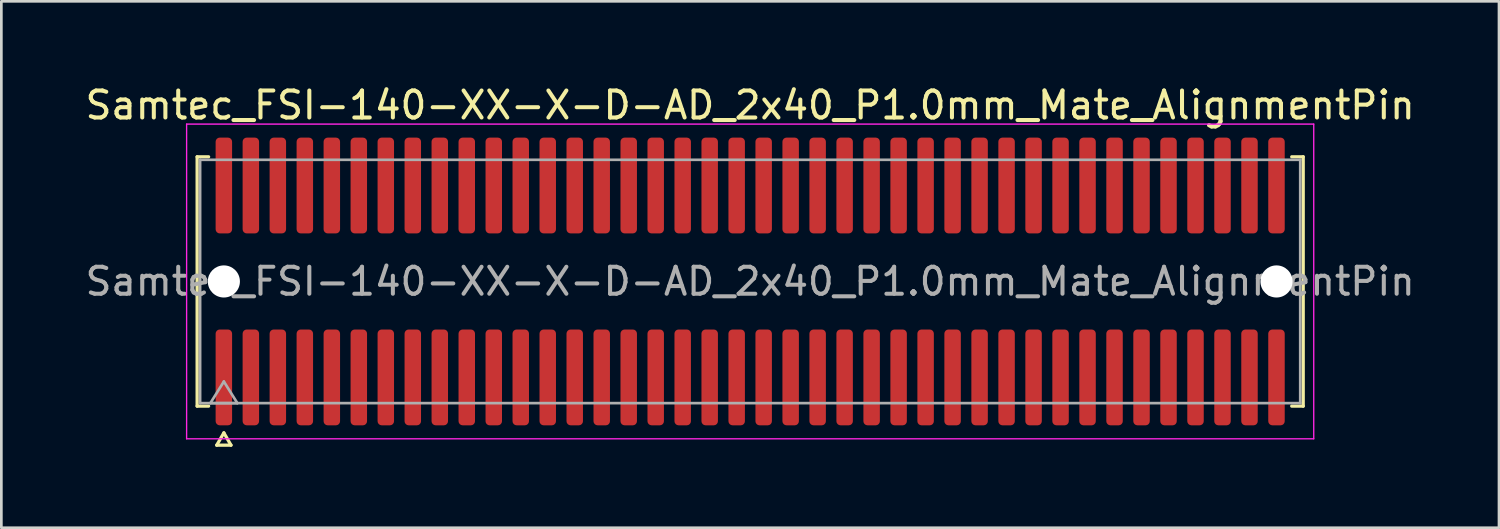
<source format=kicad_pcb>
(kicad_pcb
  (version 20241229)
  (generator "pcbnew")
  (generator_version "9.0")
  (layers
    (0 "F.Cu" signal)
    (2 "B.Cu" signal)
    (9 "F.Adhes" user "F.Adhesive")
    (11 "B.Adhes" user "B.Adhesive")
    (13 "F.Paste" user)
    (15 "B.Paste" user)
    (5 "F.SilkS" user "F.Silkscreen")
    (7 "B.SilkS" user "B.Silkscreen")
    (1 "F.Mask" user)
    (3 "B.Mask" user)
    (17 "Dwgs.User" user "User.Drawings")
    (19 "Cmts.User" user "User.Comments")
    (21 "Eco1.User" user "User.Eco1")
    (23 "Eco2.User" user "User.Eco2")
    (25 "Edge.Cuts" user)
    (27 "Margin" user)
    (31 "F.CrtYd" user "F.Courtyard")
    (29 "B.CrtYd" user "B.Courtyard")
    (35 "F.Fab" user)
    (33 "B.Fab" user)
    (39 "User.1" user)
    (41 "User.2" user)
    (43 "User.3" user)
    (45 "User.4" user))
  (footprint "Samtec_FSI-140-XX-X-D-AD_2x40_P1.0mm_Mate_AlignmentPin"
    (layer "F.Cu")
    (at 24.744 7.378)
    (property "Reference" "Samtec_FSI-140-XX-X-D-AD_2x40_P1.0mm_Mate_AlignmentPin" (at 0 -6.53 0) (layer "F.SilkS") (effects (font (size 1 1) (thickness 0.15))))
    (attr smd exclude_from_pos_files exclude_from_bom)
    (fp_line (start -20.49 -4.619) (end -20.065 -4.619) (stroke (width 0.12) (type solid)) (layer "F.SilkS"))
    (fp_line (start -20.49 4.619) (end -20.49 -4.619) (stroke (width 0.12) (type solid)) (layer "F.SilkS"))
    (fp_line (start -20.065 4.619) (end -20.49 4.619) (stroke (width 0.12) (type solid)) (layer "F.SilkS"))
    (fp_line (start -19.764 6.066) (end -19.5 5.609) (stroke (width 0.12) (type solid)) (layer "F.SilkS"))
    (fp_line (start -19.5 5.609) (end -19.236 6.066) (stroke (width 0.12) (type solid)) (layer "F.SilkS"))
    (fp_line (start -19.236 6.066) (end -19.764 6.066) (stroke (width 0.12) (type solid)) (layer "F.SilkS"))
    (fp_line (start 20.065 -4.619) (end 20.49 -4.619) (stroke (width 0.12) (type solid)) (layer "F.SilkS"))
    (fp_line (start 20.49 -4.619) (end 20.49 4.619) (stroke (width 0.12) (type solid)) (layer "F.SilkS"))
    (fp_line (start 20.49 4.619) (end 20.065 4.619) (stroke (width 0.12) (type solid)) (layer "F.SilkS"))
    (fp_line (start -20.88 -5.83) (end -20.88 5.83) (stroke (width 0.05) (type solid)) (layer "F.CrtYd"))
    (fp_line (start -20.88 5.83) (end 20.88 5.83) (stroke (width 0.05) (type solid)) (layer "F.CrtYd"))
    (fp_line (start 20.88 -5.83) (end -20.88 -5.83) (stroke (width 0.05) (type solid)) (layer "F.CrtYd"))
    (fp_line (start 20.88 5.83) (end 20.88 -5.83) (stroke (width 0.05) (type solid)) (layer "F.CrtYd"))
    (fp_line (start -20.38 -4.508) (end 20.38 -4.508) (stroke (width 0.1) (type solid)) (layer "F.Fab"))
    (fp_line (start -20.38 4.508) (end -20.38 -4.508) (stroke (width 0.1) (type solid)) (layer "F.Fab"))
    (fp_line (start -20 4.508) (end -19.5 3.708) (stroke (width 0.1) (type solid)) (layer "F.Fab"))
    (fp_line (start -19.5 3.708) (end -19 4.508) (stroke (width 0.1) (type solid)) (layer "F.Fab"))
    (fp_line (start -19 4.508) (end -20 4.508) (stroke (width 0.1) (type solid)) (layer "F.Fab"))
    (fp_line (start 20.38 -4.508) (end 20.38 4.508) (stroke (width 0.1) (type solid)) (layer "F.Fab"))
    (fp_line (start 20.38 4.508) (end -20.38 4.508) (stroke (width 0.1) (type solid)) (layer "F.Fab"))
    (fp_text user "${REFERENCE}" (at 0 0 0) (layer "F.Fab") (effects (font (size 1 1) (thickness 0.15))))
    (pad "" np_thru_hole circle (at -19.5 0) (size 1.19 1.19) (drill 1.19) (layers "*.Cu" "*.Mask"))
    (pad "" np_thru_hole circle (at 19.5 0) (size 1.19 1.19) (drill 1.19) (layers "*.Cu" "*.Mask"))
    (pad "1" smd roundrect (at -19.5 3.555) (size 0.61 3.55) (layers "F.Cu" "F.Mask") (roundrect_rratio 0.25))
    (pad "2" smd roundrect (at -19.5 -3.555) (size 0.61 3.55) (layers "F.Cu" "F.Mask") (roundrect_rratio 0.25))
    (pad "3" smd roundrect (at -18.5 3.555) (size 0.61 3.55) (layers "F.Cu" "F.Mask") (roundrect_rratio 0.25))
    (pad "4" smd roundrect (at -18.5 -3.555) (size 0.61 3.55) (layers "F.Cu" "F.Mask") (roundrect_rratio 0.25))
    (pad "5" smd roundrect (at -17.5 3.555) (size 0.61 3.55) (layers "F.Cu" "F.Mask") (roundrect_rratio 0.25))
    (pad "6" smd roundrect (at -17.5 -3.555) (size 0.61 3.55) (layers "F.Cu" "F.Mask") (roundrect_rratio 0.25))
    (pad "7" smd roundrect (at -16.5 3.555) (size 0.61 3.55) (layers "F.Cu" "F.Mask") (roundrect_rratio 0.25))
    (pad "8" smd roundrect (at -16.5 -3.555) (size 0.61 3.55) (layers "F.Cu" "F.Mask") (roundrect_rratio 0.25))
    (pad "9" smd roundrect (at -15.5 3.555) (size 0.61 3.55) (layers "F.Cu" "F.Mask") (roundrect_rratio 0.25))
    (pad "10" smd roundrect (at -15.5 -3.555) (size 0.61 3.55) (layers "F.Cu" "F.Mask") (roundrect_rratio 0.25))
    (pad "11" smd roundrect (at -14.5 3.555) (size 0.61 3.55) (layers "F.Cu" "F.Mask") (roundrect_rratio 0.25))
    (pad "12" smd roundrect (at -14.5 -3.555) (size 0.61 3.55) (layers "F.Cu" "F.Mask") (roundrect_rratio 0.25))
    (pad "13" smd roundrect (at -13.5 3.555) (size 0.61 3.55) (layers "F.Cu" "F.Mask") (roundrect_rratio 0.25))
    (pad "14" smd roundrect (at -13.5 -3.555) (size 0.61 3.55) (layers "F.Cu" "F.Mask") (roundrect_rratio 0.25))
    (pad "15" smd roundrect (at -12.5 3.555) (size 0.61 3.55) (layers "F.Cu" "F.Mask") (roundrect_rratio 0.25))
    (pad "16" smd roundrect (at -12.5 -3.555) (size 0.61 3.55) (layers "F.Cu" "F.Mask") (roundrect_rratio 0.25))
    (pad "17" smd roundrect (at -11.5 3.555) (size 0.61 3.55) (layers "F.Cu" "F.Mask") (roundrect_rratio 0.25))
    (pad "18" smd roundrect (at -11.5 -3.555) (size 0.61 3.55) (layers "F.Cu" "F.Mask") (roundrect_rratio 0.25))
    (pad "19" smd roundrect (at -10.5 3.555) (size 0.61 3.55) (layers "F.Cu" "F.Mask") (roundrect_rratio 0.25))
    (pad "20" smd roundrect (at -10.5 -3.555) (size 0.61 3.55) (layers "F.Cu" "F.Mask") (roundrect_rratio 0.25))
    (pad "21" smd roundrect (at -9.5 3.555) (size 0.61 3.55) (layers "F.Cu" "F.Mask") (roundrect_rratio 0.25))
    (pad "22" smd roundrect (at -9.5 -3.555) (size 0.61 3.55) (layers "F.Cu" "F.Mask") (roundrect_rratio 0.25))
    (pad "23" smd roundrect (at -8.5 3.555) (size 0.61 3.55) (layers "F.Cu" "F.Mask") (roundrect_rratio 0.25))
    (pad "24" smd roundrect (at -8.5 -3.555) (size 0.61 3.55) (layers "F.Cu" "F.Mask") (roundrect_rratio 0.25))
    (pad "25" smd roundrect (at -7.5 3.555) (size 0.61 3.55) (layers "F.Cu" "F.Mask") (roundrect_rratio 0.25))
    (pad "26" smd roundrect (at -7.5 -3.555) (size 0.61 3.55) (layers "F.Cu" "F.Mask") (roundrect_rratio 0.25))
    (pad "27" smd roundrect (at -6.5 3.555) (size 0.61 3.55) (layers "F.Cu" "F.Mask") (roundrect_rratio 0.25))
    (pad "28" smd roundrect (at -6.5 -3.555) (size 0.61 3.55) (layers "F.Cu" "F.Mask") (roundrect_rratio 0.25))
    (pad "29" smd roundrect (at -5.5 3.555) (size 0.61 3.55) (layers "F.Cu" "F.Mask") (roundrect_rratio 0.25))
    (pad "30" smd roundrect (at -5.5 -3.555) (size 0.61 3.55) (layers "F.Cu" "F.Mask") (roundrect_rratio 0.25))
    (pad "31" smd roundrect (at -4.5 3.555) (size 0.61 3.55) (layers "F.Cu" "F.Mask") (roundrect_rratio 0.25))
    (pad "32" smd roundrect (at -4.5 -3.555) (size 0.61 3.55) (layers "F.Cu" "F.Mask") (roundrect_rratio 0.25))
    (pad "33" smd roundrect (at -3.5 3.555) (size 0.61 3.55) (layers "F.Cu" "F.Mask") (roundrect_rratio 0.25))
    (pad "34" smd roundrect (at -3.5 -3.555) (size 0.61 3.55) (layers "F.Cu" "F.Mask") (roundrect_rratio 0.25))
    (pad "35" smd roundrect (at -2.5 3.555) (size 0.61 3.55) (layers "F.Cu" "F.Mask") (roundrect_rratio 0.25))
    (pad "36" smd roundrect (at -2.5 -3.555) (size 0.61 3.55) (layers "F.Cu" "F.Mask") (roundrect_rratio 0.25))
    (pad "37" smd roundrect (at -1.5 3.555) (size 0.61 3.55) (layers "F.Cu" "F.Mask") (roundrect_rratio 0.25))
    (pad "38" smd roundrect (at -1.5 -3.555) (size 0.61 3.55) (layers "F.Cu" "F.Mask") (roundrect_rratio 0.25))
    (pad "39" smd roundrect (at -0.5 3.555) (size 0.61 3.55) (layers "F.Cu" "F.Mask") (roundrect_rratio 0.25))
    (pad "40" smd roundrect (at -0.5 -3.555) (size 0.61 3.55) (layers "F.Cu" "F.Mask") (roundrect_rratio 0.25))
    (pad "41" smd roundrect (at 0.5 3.555) (size 0.61 3.55) (layers "F.Cu" "F.Mask") (roundrect_rratio 0.25))
    (pad "42" smd roundrect (at 0.5 -3.555) (size 0.61 3.55) (layers "F.Cu" "F.Mask") (roundrect_rratio 0.25))
    (pad "43" smd roundrect (at 1.5 3.555) (size 0.61 3.55) (layers "F.Cu" "F.Mask") (roundrect_rratio 0.25))
    (pad "44" smd roundrect (at 1.5 -3.555) (size 0.61 3.55) (layers "F.Cu" "F.Mask") (roundrect_rratio 0.25))
    (pad "45" smd roundrect (at 2.5 3.555) (size 0.61 3.55) (layers "F.Cu" "F.Mask") (roundrect_rratio 0.25))
    (pad "46" smd roundrect (at 2.5 -3.555) (size 0.61 3.55) (layers "F.Cu" "F.Mask") (roundrect_rratio 0.25))
    (pad "47" smd roundrect (at 3.5 3.555) (size 0.61 3.55) (layers "F.Cu" "F.Mask") (roundrect_rratio 0.25))
    (pad "48" smd roundrect (at 3.5 -3.555) (size 0.61 3.55) (layers "F.Cu" "F.Mask") (roundrect_rratio 0.25))
    (pad "49" smd roundrect (at 4.5 3.555) (size 0.61 3.55) (layers "F.Cu" "F.Mask") (roundrect_rratio 0.25))
    (pad "50" smd roundrect (at 4.5 -3.555) (size 0.61 3.55) (layers "F.Cu" "F.Mask") (roundrect_rratio 0.25))
    (pad "51" smd roundrect (at 5.5 3.555) (size 0.61 3.55) (layers "F.Cu" "F.Mask") (roundrect_rratio 0.25))
    (pad "52" smd roundrect (at 5.5 -3.555) (size 0.61 3.55) (layers "F.Cu" "F.Mask") (roundrect_rratio 0.25))
    (pad "53" smd roundrect (at 6.5 3.555) (size 0.61 3.55) (layers "F.Cu" "F.Mask") (roundrect_rratio 0.25))
    (pad "54" smd roundrect (at 6.5 -3.555) (size 0.61 3.55) (layers "F.Cu" "F.Mask") (roundrect_rratio 0.25))
    (pad "55" smd roundrect (at 7.5 3.555) (size 0.61 3.55) (layers "F.Cu" "F.Mask") (roundrect_rratio 0.25))
    (pad "56" smd roundrect (at 7.5 -3.555) (size 0.61 3.55) (layers "F.Cu" "F.Mask") (roundrect_rratio 0.25))
    (pad "57" smd roundrect (at 8.5 3.555) (size 0.61 3.55) (layers "F.Cu" "F.Mask") (roundrect_rratio 0.25))
    (pad "58" smd roundrect (at 8.5 -3.555) (size 0.61 3.55) (layers "F.Cu" "F.Mask") (roundrect_rratio 0.25))
    (pad "59" smd roundrect (at 9.5 3.555) (size 0.61 3.55) (layers "F.Cu" "F.Mask") (roundrect_rratio 0.25))
    (pad "60" smd roundrect (at 9.5 -3.555) (size 0.61 3.55) (layers "F.Cu" "F.Mask") (roundrect_rratio 0.25))
    (pad "61" smd roundrect (at 10.5 3.555) (size 0.61 3.55) (layers "F.Cu" "F.Mask") (roundrect_rratio 0.25))
    (pad "62" smd roundrect (at 10.5 -3.555) (size 0.61 3.55) (layers "F.Cu" "F.Mask") (roundrect_rratio 0.25))
    (pad "63" smd roundrect (at 11.5 3.555) (size 0.61 3.55) (layers "F.Cu" "F.Mask") (roundrect_rratio 0.25))
    (pad "64" smd roundrect (at 11.5 -3.555) (size 0.61 3.55) (layers "F.Cu" "F.Mask") (roundrect_rratio 0.25))
    (pad "65" smd roundrect (at 12.5 3.555) (size 0.61 3.55) (layers "F.Cu" "F.Mask") (roundrect_rratio 0.25))
    (pad "66" smd roundrect (at 12.5 -3.555) (size 0.61 3.55) (layers "F.Cu" "F.Mask") (roundrect_rratio 0.25))
    (pad "67" smd roundrect (at 13.5 3.555) (size 0.61 3.55) (layers "F.Cu" "F.Mask") (roundrect_rratio 0.25))
    (pad "68" smd roundrect (at 13.5 -3.555) (size 0.61 3.55) (layers "F.Cu" "F.Mask") (roundrect_rratio 0.25))
    (pad "69" smd roundrect (at 14.5 3.555) (size 0.61 3.55) (layers "F.Cu" "F.Mask") (roundrect_rratio 0.25))
    (pad "70" smd roundrect (at 14.5 -3.555) (size 0.61 3.55) (layers "F.Cu" "F.Mask") (roundrect_rratio 0.25))
    (pad "71" smd roundrect (at 15.5 3.555) (size 0.61 3.55) (layers "F.Cu" "F.Mask") (roundrect_rratio 0.25))
    (pad "72" smd roundrect (at 15.5 -3.555) (size 0.61 3.55) (layers "F.Cu" "F.Mask") (roundrect_rratio 0.25))
    (pad "73" smd roundrect (at 16.5 3.555) (size 0.61 3.55) (layers "F.Cu" "F.Mask") (roundrect_rratio 0.25))
    (pad "74" smd roundrect (at 16.5 -3.555) (size 0.61 3.55) (layers "F.Cu" "F.Mask") (roundrect_rratio 0.25))
    (pad "75" smd roundrect (at 17.5 3.555) (size 0.61 3.55) (layers "F.Cu" "F.Mask") (roundrect_rratio 0.25))
    (pad "76" smd roundrect (at 17.5 -3.555) (size 0.61 3.55) (layers "F.Cu" "F.Mask") (roundrect_rratio 0.25))
    (pad "77" smd roundrect (at 18.5 3.555) (size 0.61 3.55) (layers "F.Cu" "F.Mask") (roundrect_rratio 0.25))
    (pad "78" smd roundrect (at 18.5 -3.555) (size 0.61 3.55) (layers "F.Cu" "F.Mask") (roundrect_rratio 0.25))
    (pad "79" smd roundrect (at 19.5 3.555) (size 0.61 3.55) (layers "F.Cu" "F.Mask") (roundrect_rratio 0.25))
    (pad "80" smd roundrect (at 19.5 -3.555) (size 0.61 3.55) (layers "F.Cu" "F.Mask") (roundrect_rratio 0.25)))
  (gr_rect
    (start -3 -3)
    (end 52.488 16.504)
    (stroke (width 0.1) (type default))
    (fill no)
    (layer "Edge.Cuts")))
</source>
